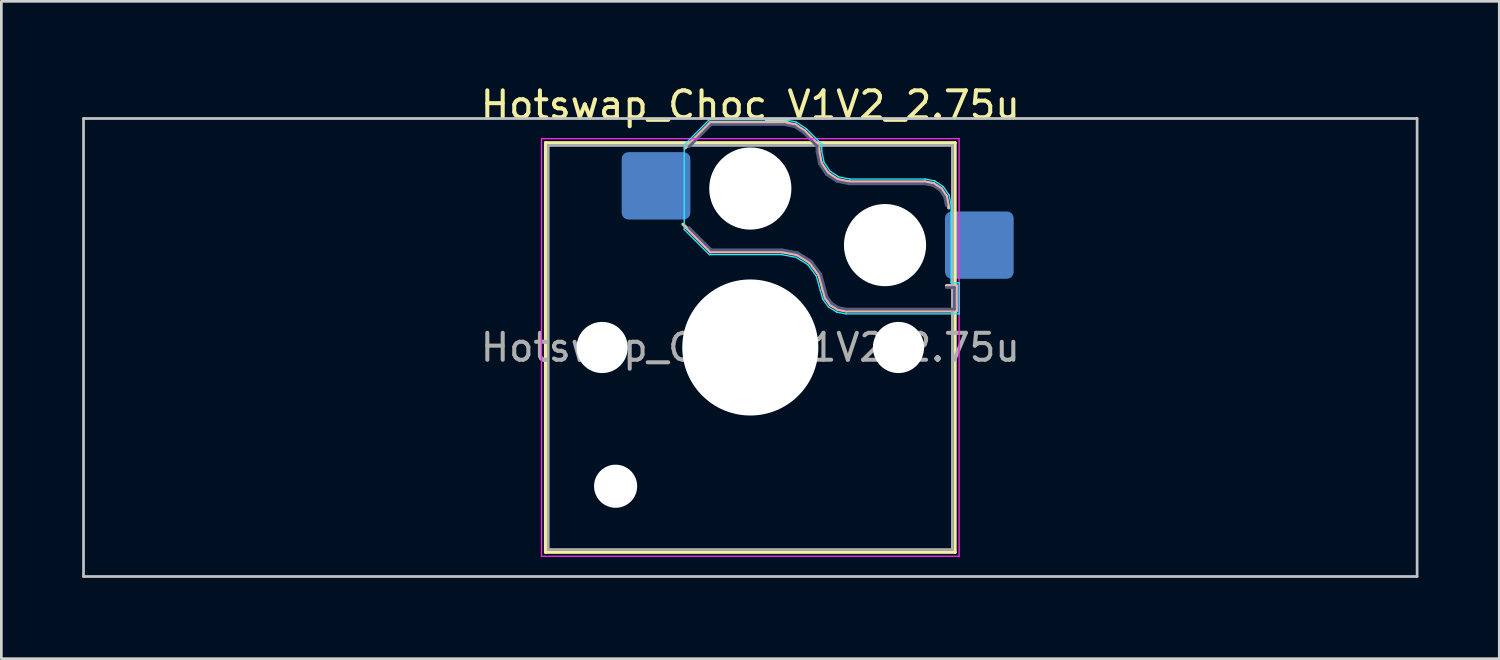
<source format=kicad_pcb>
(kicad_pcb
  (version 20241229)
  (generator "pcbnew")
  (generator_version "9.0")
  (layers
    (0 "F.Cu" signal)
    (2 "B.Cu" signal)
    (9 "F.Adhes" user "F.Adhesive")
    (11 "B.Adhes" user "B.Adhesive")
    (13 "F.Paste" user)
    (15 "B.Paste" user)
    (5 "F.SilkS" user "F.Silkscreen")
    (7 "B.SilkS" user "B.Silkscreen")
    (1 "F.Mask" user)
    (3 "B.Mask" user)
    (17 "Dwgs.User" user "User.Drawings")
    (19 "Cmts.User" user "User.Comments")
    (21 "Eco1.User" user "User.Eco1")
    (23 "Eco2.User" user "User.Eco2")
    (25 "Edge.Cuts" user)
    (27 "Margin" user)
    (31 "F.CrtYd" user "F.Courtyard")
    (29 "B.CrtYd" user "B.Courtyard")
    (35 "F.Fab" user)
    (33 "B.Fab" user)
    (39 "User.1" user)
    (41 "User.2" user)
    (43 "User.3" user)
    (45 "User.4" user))
  (footprint "Hotswap_Choc_V1V2_2.75u"
    (layer "F.Cu")
    (at 24.8 9.848)
    (property "Reference" "Hotswap_Choc_V1V2_2.75u" (at 0 -9 0) (layer "F.SilkS") (effects (font (size 1 1) (thickness 0.15))))
    (attr smd)
    (fp_line (start -7.6 -7.6) (end -7.6 7.6) (stroke (width 0.12) (type solid)) (layer "F.SilkS"))
    (fp_line (start -7.6 7.6) (end 7.6 7.6) (stroke (width 0.12) (type solid)) (layer "F.SilkS"))
    (fp_line (start 7.6 -7.6) (end -7.6 -7.6) (stroke (width 0.12) (type solid)) (layer "F.SilkS"))
    (fp_line (start 7.6 7.6) (end 7.6 -7.6) (stroke (width 0.12) (type solid)) (layer "F.SilkS"))
    (fp_line (start -2.416 -7.409) (end -1.479 -8.346) (stroke (width 0.12) (type solid)) (layer "B.SilkS"))
    (fp_line (start -1.479 -8.346) (end 1.268 -8.346) (stroke (width 0.12) (type solid)) (layer "B.SilkS"))
    (fp_line (start -1.479 -3.554) (end -2.5 -4.575) (stroke (width 0.12) (type solid)) (layer "B.SilkS"))
    (fp_line (start 1.168 -3.554) (end -1.479 -3.554) (stroke (width 0.12) (type solid)) (layer "B.SilkS"))
    (fp_line (start 1.268 -8.346) (end 1.671 -8.266) (stroke (width 0.12) (type solid)) (layer "B.SilkS"))
    (fp_line (start 1.671 -8.266) (end 2.013 -8.037) (stroke (width 0.12) (type solid)) (layer "B.SilkS"))
    (fp_line (start 1.73 -3.449) (end 1.168 -3.554) (stroke (width 0.12) (type solid)) (layer "B.SilkS"))
    (fp_line (start 2.013 -8.037) (end 2.546 -7.504) (stroke (width 0.12) (type solid)) (layer "B.SilkS"))
    (fp_line (start 2.209 -3.15) (end 1.73 -3.449) (stroke (width 0.12) (type solid)) (layer "B.SilkS"))
    (fp_line (start 2.546 -7.504) (end 2.546 -7.282) (stroke (width 0.12) (type solid)) (layer "B.SilkS"))
    (fp_line (start 2.546 -7.282) (end 2.633 -6.844) (stroke (width 0.12) (type solid)) (layer "B.SilkS"))
    (fp_line (start 2.547 -2.697) (end 2.209 -3.15) (stroke (width 0.12) (type solid)) (layer "B.SilkS"))
    (fp_line (start 2.633 -6.844) (end 2.877 -6.477) (stroke (width 0.12) (type solid)) (layer "B.SilkS"))
    (fp_line (start 2.701 -2.139) (end 2.547 -2.697) (stroke (width 0.12) (type solid)) (layer "B.SilkS"))
    (fp_line (start 2.783 -1.841) (end 2.701 -2.139) (stroke (width 0.12) (type solid)) (layer "B.SilkS"))
    (fp_line (start 2.877 -6.477) (end 3.244 -6.233) (stroke (width 0.12) (type solid)) (layer "B.SilkS"))
    (fp_line (start 2.976 -1.583) (end 2.783 -1.841) (stroke (width 0.12) (type solid)) (layer "B.SilkS"))
    (fp_line (start 3.244 -6.233) (end 3.682 -6.146) (stroke (width 0.12) (type solid)) (layer "B.SilkS"))
    (fp_line (start 3.25 -1.413) (end 2.976 -1.583) (stroke (width 0.12) (type solid)) (layer "B.SilkS"))
    (fp_line (start 3.56 -1.354) (end 3.25 -1.413) (stroke (width 0.12) (type solid)) (layer "B.SilkS"))
    (fp_line (start 3.682 -6.146) (end 6.482 -6.146) (stroke (width 0.12) (type solid)) (layer "B.SilkS"))
    (fp_line (start 6.482 -6.146) (end 6.809 -6.081) (stroke (width 0.12) (type solid)) (layer "B.SilkS"))
    (fp_line (start 6.809 -6.081) (end 7.092 -5.892) (stroke (width 0.12) (type solid)) (layer "B.SilkS"))
    (fp_line (start 7.092 -5.892) (end 7.281 -5.609) (stroke (width 0.12) (type solid)) (layer "B.SilkS"))
    (fp_line (start 7.281 -5.609) (end 7.366 -5.182) (stroke (width 0.12) (type solid)) (layer "B.SilkS"))
    (fp_line (start 7.283 -2.296) (end 7.646 -2.296) (stroke (width 0.12) (type solid)) (layer "B.SilkS"))
    (fp_line (start 7.646 -2.296) (end 7.646 -1.354) (stroke (width 0.12) (type solid)) (layer "B.SilkS"))
    (fp_line (start 7.646 -1.354) (end 3.56 -1.354) (stroke (width 0.12) (type solid)) (layer "B.SilkS"))
    (fp_line (start -24.75 -8.5) (end -24.75 8.5) (stroke (width 0.1) (type solid)) (layer "Dwgs.User"))
    (fp_line (start -24.75 8.5) (end 24.75 8.5) (stroke (width 0.1) (type solid)) (layer "Dwgs.User"))
    (fp_line (start 24.75 -8.5) (end -24.75 -8.5) (stroke (width 0.1) (type solid)) (layer "Dwgs.User"))
    (fp_line (start 24.75 8.5) (end 24.75 -8.5) (stroke (width 0.1) (type solid)) (layer "Dwgs.User"))
    (fp_line (start -7.25 -7.25) (end -7.25 7.25) (stroke (width 0.1) (type solid)) (layer "Eco1.User"))
    (fp_line (start -7.25 7.25) (end 7.25 7.25) (stroke (width 0.1) (type solid)) (layer "Eco1.User"))
    (fp_line (start 7.25 -7.25) (end -7.25 -7.25) (stroke (width 0.1) (type solid)) (layer "Eco1.User"))
    (fp_line (start 7.25 7.25) (end 7.25 -7.25) (stroke (width 0.1) (type solid)) (layer "Eco1.User"))
    (fp_line (start -2.452 -7.523) (end -1.523 -8.452) (stroke (width 0.05) (type solid)) (layer "B.CrtYd"))
    (fp_line (start -2.452 -4.377) (end -2.452 -7.523) (stroke (width 0.05) (type solid)) (layer "B.CrtYd"))
    (fp_line (start -1.523 -8.452) (end 1.278 -8.452) (stroke (width 0.05) (type solid)) (layer "B.CrtYd"))
    (fp_line (start -1.523 -3.448) (end -2.452 -4.377) (stroke (width 0.05) (type solid)) (layer "B.CrtYd"))
    (fp_line (start 1.159 -3.448) (end -1.523 -3.448) (stroke (width 0.05) (type solid)) (layer "B.CrtYd"))
    (fp_line (start 1.278 -8.452) (end 1.712 -8.366) (stroke (width 0.05) (type solid)) (layer "B.CrtYd"))
    (fp_line (start 1.691 -3.348) (end 1.159 -3.448) (stroke (width 0.05) (type solid)) (layer "B.CrtYd"))
    (fp_line (start 1.712 -8.366) (end 2.081 -8.119) (stroke (width 0.05) (type solid)) (layer "B.CrtYd"))
    (fp_line (start 2.081 -8.119) (end 2.652 -7.548) (stroke (width 0.05) (type solid)) (layer "B.CrtYd"))
    (fp_line (start 2.136 -3.071) (end 1.691 -3.348) (stroke (width 0.05) (type solid)) (layer "B.CrtYd"))
    (fp_line (start 2.45 -2.65) (end 2.136 -3.071) (stroke (width 0.05) (type solid)) (layer "B.CrtYd"))
    (fp_line (start 2.599 -2.111) (end 2.45 -2.65) (stroke (width 0.05) (type solid)) (layer "B.CrtYd"))
    (fp_line (start 2.652 -7.548) (end 2.652 -7.292) (stroke (width 0.05) (type solid)) (layer "B.CrtYd"))
    (fp_line (start 2.652 -7.292) (end 2.733 -6.885) (stroke (width 0.05) (type solid)) (layer "B.CrtYd"))
    (fp_line (start 2.687 -1.794) (end 2.599 -2.111) (stroke (width 0.05) (type solid)) (layer "B.CrtYd"))
    (fp_line (start 2.733 -6.885) (end 2.953 -6.553) (stroke (width 0.05) (type solid)) (layer "B.CrtYd"))
    (fp_line (start 2.903 -1.503) (end 2.687 -1.794) (stroke (width 0.05) (type solid)) (layer "B.CrtYd"))
    (fp_line (start 2.953 -6.553) (end 3.285 -6.333) (stroke (width 0.05) (type solid)) (layer "B.CrtYd"))
    (fp_line (start 3.211 -1.312) (end 2.903 -1.503) (stroke (width 0.05) (type solid)) (layer "B.CrtYd"))
    (fp_line (start 3.285 -6.333) (end 3.692 -6.252) (stroke (width 0.05) (type solid)) (layer "B.CrtYd"))
    (fp_line (start 3.55 -1.248) (end 3.211 -1.312) (stroke (width 0.05) (type solid)) (layer "B.CrtYd"))
    (fp_line (start 3.692 -6.252) (end 6.492 -6.252) (stroke (width 0.05) (type solid)) (layer "B.CrtYd"))
    (fp_line (start 6.492 -6.252) (end 6.85 -6.181) (stroke (width 0.05) (type solid)) (layer "B.CrtYd"))
    (fp_line (start 6.85 -6.181) (end 7.168 -5.968) (stroke (width 0.05) (type solid)) (layer "B.CrtYd"))
    (fp_line (start 7.168 -5.968) (end 7.381 -5.65) (stroke (width 0.05) (type solid)) (layer "B.CrtYd"))
    (fp_line (start 7.381 -5.65) (end 7.452 -5.292) (stroke (width 0.05) (type solid)) (layer "B.CrtYd"))
    (fp_line (start 7.452 -5.292) (end 7.452 -2.402) (stroke (width 0.05) (type solid)) (layer "B.CrtYd"))
    (fp_line (start 7.452 -2.402) (end 7.752 -2.402) (stroke (width 0.05) (type solid)) (layer "B.CrtYd"))
    (fp_line (start 7.752 -2.402) (end 7.752 -1.248) (stroke (width 0.05) (type solid)) (layer "B.CrtYd"))
    (fp_line (start 7.752 -1.248) (end 3.55 -1.248) (stroke (width 0.05) (type solid)) (layer "B.CrtYd"))
    (fp_line (start -7.75 -7.75) (end -7.75 7.75) (stroke (width 0.05) (type solid)) (layer "F.CrtYd"))
    (fp_line (start -7.75 7.75) (end 7.75 7.75) (stroke (width 0.05) (type solid)) (layer "F.CrtYd"))
    (fp_line (start 7.75 -7.75) (end -7.75 -7.75) (stroke (width 0.05) (type solid)) (layer "F.CrtYd"))
    (fp_line (start 7.75 7.75) (end 7.75 -7.75) (stroke (width 0.05) (type solid)) (layer "F.CrtYd"))
    (fp_line (start -2.275 -7.45) (end -1.45 -8.275) (stroke (width 0.1) (type solid)) (layer "B.Fab"))
    (fp_line (start -1.45 -8.275) (end 1.261 -8.275) (stroke (width 0.1) (type solid)) (layer "B.Fab"))
    (fp_line (start -1.45 -3.625) (end -2.275 -4.45) (stroke (width 0.1) (type solid)) (layer "B.Fab"))
    (fp_line (start 1.175 -3.625) (end -1.45 -3.625) (stroke (width 0.1) (type solid)) (layer "B.Fab"))
    (fp_line (start 1.261 -8.275) (end 1.643 -8.199) (stroke (width 0.1) (type solid)) (layer "B.Fab"))
    (fp_line (start 1.643 -8.199) (end 1.968 -7.982) (stroke (width 0.1) (type solid)) (layer "B.Fab"))
    (fp_line (start 1.756 -3.516) (end 1.175 -3.625) (stroke (width 0.1) (type solid)) (layer "B.Fab"))
    (fp_line (start 1.968 -7.982) (end 2.475 -7.475) (stroke (width 0.1) (type solid)) (layer "B.Fab"))
    (fp_line (start 2.258 -3.203) (end 1.756 -3.516) (stroke (width 0.1) (type solid)) (layer "B.Fab"))
    (fp_line (start 2.475 -7.475) (end 2.475 -7.275) (stroke (width 0.1) (type solid)) (layer "B.Fab"))
    (fp_line (start 2.475 -7.275) (end 2.566 -6.816) (stroke (width 0.1) (type solid)) (layer "B.Fab"))
    (fp_line (start 2.566 -6.816) (end 2.826 -6.426) (stroke (width 0.1) (type solid)) (layer "B.Fab"))
    (fp_line (start 2.612 -2.729) (end 2.258 -3.203) (stroke (width 0.1) (type solid)) (layer "B.Fab"))
    (fp_line (start 2.769 -2.158) (end 2.612 -2.729) (stroke (width 0.1) (type solid)) (layer "B.Fab"))
    (fp_line (start 2.826 -6.426) (end 3.216 -6.166) (stroke (width 0.1) (type solid)) (layer "B.Fab"))
    (fp_line (start 2.848 -1.873) (end 2.769 -2.158) (stroke (width 0.1) (type solid)) (layer "B.Fab"))
    (fp_line (start 3.025 -1.636) (end 2.848 -1.873) (stroke (width 0.1) (type solid)) (layer "B.Fab"))
    (fp_line (start 3.216 -6.166) (end 3.675 -6.075) (stroke (width 0.1) (type solid)) (layer "B.Fab"))
    (fp_line (start 3.276 -1.48) (end 3.025 -1.636) (stroke (width 0.1) (type solid)) (layer "B.Fab"))
    (fp_line (start 3.567 -1.425) (end 3.276 -1.48) (stroke (width 0.1) (type solid)) (layer "B.Fab"))
    (fp_line (start 3.675 -6.075) (end 6.475 -6.075) (stroke (width 0.1) (type solid)) (layer "B.Fab"))
    (fp_line (start 6.475 -6.075) (end 6.781 -6.014) (stroke (width 0.1) (type solid)) (layer "B.Fab"))
    (fp_line (start 6.781 -6.014) (end 7.041 -5.841) (stroke (width 0.1) (type solid)) (layer "B.Fab"))
    (fp_line (start 7.041 -5.841) (end 7.214 -5.581) (stroke (width 0.1) (type solid)) (layer "B.Fab"))
    (fp_line (start 7.214 -5.581) (end 7.275 -5.275) (stroke (width 0.1) (type solid)) (layer "B.Fab"))
    (fp_line (start 7.275 -2.225) (end 7.575 -2.225) (stroke (width 0.1) (type solid)) (layer "B.Fab"))
    (fp_line (start 7.575 -2.225) (end 7.575 -1.425) (stroke (width 0.1) (type solid)) (layer "B.Fab"))
    (fp_line (start 7.575 -1.425) (end 3.567 -1.425) (stroke (width 0.1) (type solid)) (layer "B.Fab"))
    (fp_line (start -7.5 -7.5) (end -7.5 7.5) (stroke (width 0.1) (type solid)) (layer "F.Fab"))
    (fp_line (start -7.5 7.5) (end 7.5 7.5) (stroke (width 0.1) (type solid)) (layer "F.Fab"))
    (fp_line (start 7.5 -7.5) (end -7.5 -7.5) (stroke (width 0.1) (type solid)) (layer "F.Fab"))
    (fp_line (start 7.5 7.5) (end 7.5 -7.5) (stroke (width 0.1) (type solid)) (layer "F.Fab"))
    (fp_text user "${REFERENCE}" (at 0 0 0) (layer "F.Fab") (effects (font (size 1 1) (thickness 0.15))))
    (pad "" np_thru_hole circle (at -5.5 0) (size 1.9 1.9) (drill 1.9) (layers "*.Cu" "*.Mask"))
    (pad "" np_thru_hole circle (at -5 5.15) (size 1.6 1.6) (drill 1.6) (layers "*.Cu" "*.Mask"))
    (pad "" np_thru_hole circle (at 0 -5.9) (size 3.05 3.05) (drill 3.05) (layers "*.Cu" "*.Mask"))
    (pad "" np_thru_hole circle (at 0 0) (size 5.05 5.05) (drill 5.05) (layers "*.Cu" "*.Mask"))
    (pad "" np_thru_hole circle (at 5 -3.8) (size 3.05 3.05) (drill 3.05) (layers "*.Cu" "*.Mask"))
    (pad "" np_thru_hole circle (at 5.5 0) (size 1.9 1.9) (drill 1.9) (layers "*.Cu" "*.Mask"))
    (pad "1" smd roundrect (at -3.5 -6) (size 2.55 2.5) (layers "B.Cu" "B.Mask" "B.Paste") (roundrect_rratio 0.1))
    (pad "2" smd roundrect (at 8.5 -3.8) (size 2.55 2.5) (layers "B.Cu" "B.Mask" "B.Paste") (roundrect_rratio 0.1)))
  (gr_rect
    (start -3 -3)
    (end 52.6 21.398)
    (stroke (width 0.1) (type default))
    (fill no)
    (layer "Edge.Cuts")))
</source>
